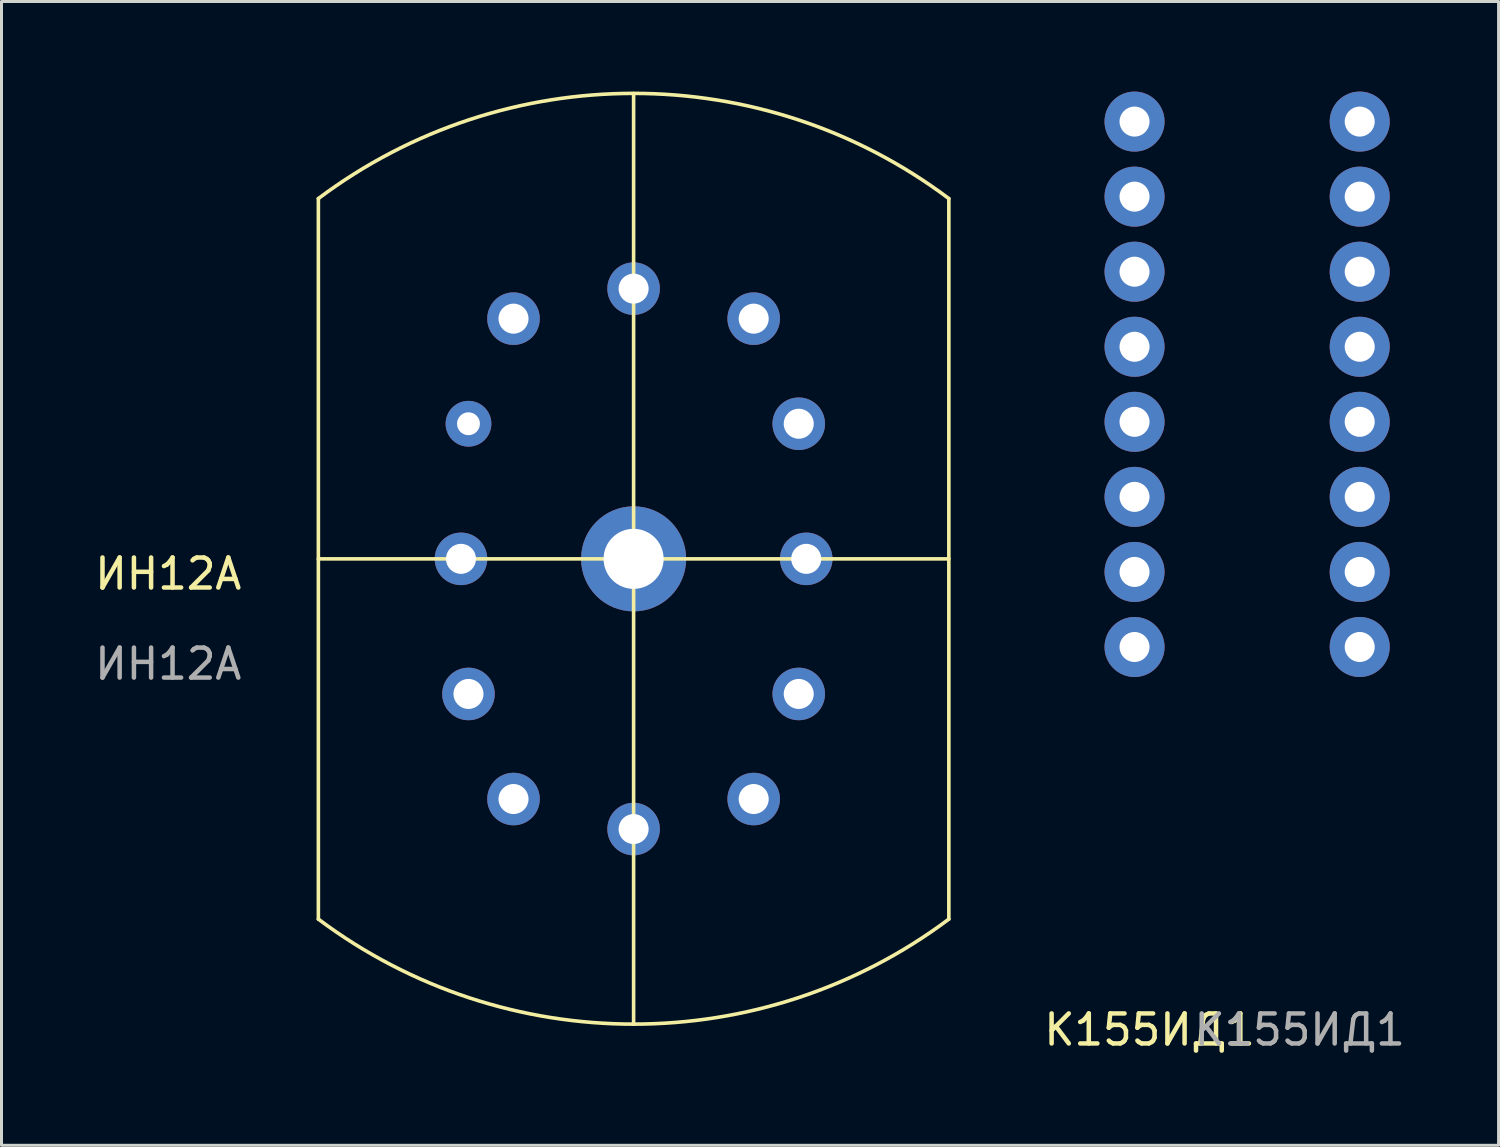
<source format=kicad_pcb>
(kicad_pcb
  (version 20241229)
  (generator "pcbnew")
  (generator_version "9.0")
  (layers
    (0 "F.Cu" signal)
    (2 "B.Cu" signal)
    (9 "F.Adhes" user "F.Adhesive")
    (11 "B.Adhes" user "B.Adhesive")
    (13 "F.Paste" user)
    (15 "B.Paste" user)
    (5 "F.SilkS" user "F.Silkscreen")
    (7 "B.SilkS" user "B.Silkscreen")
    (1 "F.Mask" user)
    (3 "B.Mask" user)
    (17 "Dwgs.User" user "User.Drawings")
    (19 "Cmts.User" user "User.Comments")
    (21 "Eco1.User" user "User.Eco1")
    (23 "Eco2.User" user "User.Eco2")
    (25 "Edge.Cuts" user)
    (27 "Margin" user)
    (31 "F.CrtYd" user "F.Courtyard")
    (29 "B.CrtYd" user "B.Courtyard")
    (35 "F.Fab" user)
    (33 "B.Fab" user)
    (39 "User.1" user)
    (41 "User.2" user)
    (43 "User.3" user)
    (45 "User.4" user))
  (footprint "К155ИД1"
    (layer "F.Cu")
    (at 37.239 28.5)
    (property "Reference" "К155ИД1" (at -2 2.75 0) (unlocked yes) (layer "F.SilkS") (effects (font (size 1 1) (thickness 0.15))))
    (attr through_hole)
    (fp_text user "${REFERENCE}" (at 3 2.75 0) (unlocked yes) (layer "F.Fab") (effects (font (size 1 1) (thickness 0.15))))
    (pad "1" thru_hole circle (at -2.5 -27.5) (size 2 2) (drill 1) (layers "*.Cu" "*.Mask"))
    (pad "2" thru_hole circle (at -2.5 -25) (size 2 2) (drill 1) (layers "*.Cu" "*.Mask"))
    (pad "3" thru_hole circle (at -2.5 -22.5) (size 2 2) (drill 1) (layers "*.Cu" "*.Mask"))
    (pad "4" thru_hole circle (at -2.5 -20) (size 2 2) (drill 1) (layers "*.Cu" "*.Mask"))
    (pad "5" thru_hole circle (at -2.5 -17.5) (size 2 2) (drill 1) (layers "*.Cu" "*.Mask"))
    (pad "6" thru_hole circle (at -2.5 -15) (size 2 2) (drill 1) (layers "*.Cu" "*.Mask"))
    (pad "7" thru_hole circle (at -2.5 -12.5) (size 2 2) (drill 1) (layers "*.Cu" "*.Mask"))
    (pad "8" thru_hole circle (at -2.5 -10) (size 2 2) (drill 1) (layers "*.Cu" "*.Mask"))
    (pad "9" thru_hole circle (at 5 -10) (size 2 2) (drill 1) (layers "*.Cu" "*.Mask"))
    (pad "10" thru_hole circle (at 5 -12.5) (size 2 2) (drill 1) (layers "*.Cu" "*.Mask"))
    (pad "11" thru_hole circle (at 5 -15) (size 2 2) (drill 1) (layers "*.Cu" "*.Mask"))
    (pad "12" thru_hole circle (at 5 -17.5) (size 2 2) (drill 1) (layers "*.Cu" "*.Mask"))
    (pad "13" thru_hole circle (at 5 -20) (size 2 2) (drill 1) (layers "*.Cu" "*.Mask"))
    (pad "14" thru_hole circle (at 5 -22.5) (size 2 2) (drill 1) (layers "*.Cu" "*.Mask"))
    (pad "15" thru_hole circle (at 5 -25) (size 2 2) (drill 1) (layers "*.Cu" "*.Mask"))
    (pad "16" thru_hole circle (at 5 -27.5) (size 2 2) (drill 1) (layers "*.Cu" "*.Mask")))
  (footprint "ИН12А"
    (layer "F.Cu")
    (at 18.054 15.564)
    (property "Reference" "ИН12А" (at -15.5 0.5 0) (unlocked yes) (layer "F.SilkS") (effects (font (size 1 1) (thickness 0.15))))
    (attr through_hole)
    (fp_line (start -10.5 0) (end 10.5 0) (stroke (width 0.12) (type solid)) (layer "F.SilkS"))
    (fp_line (start -10.5 -12) (end -10.5 12) (stroke (width 0.12) (type solid)) (layer "F.SilkS"))
    (fp_line (start 0 -15.5) (end 0 15.5) (stroke (width 0.12) (type solid)) (layer "F.SilkS"))
    (fp_line (start 10.5 -12) (end 10.5 12) (stroke (width 0.12) (type solid)) (layer "F.SilkS"))
    (fp_arc (start -10.499999 -12) (mid 0 -15.503697) (end 10.499999 -12) (stroke (width 0.12) (type solid)) (layer "F.SilkS"))
    (fp_arc (start 10.499999 12) (mid 0 15.497549) (end -10.499999 12) (stroke (width 0.12) (type solid)) (layer "F.SilkS"))
    (fp_text user "${REFERENCE}" (at -15.5 3.5 0) (unlocked yes) (layer "F.Fab") (effects (font (size 1 1) (thickness 0.15))))
    (pad "1" thru_hole circle (at 4 8) (size 1.75 1.75) (drill 1) (layers "*.Cu" "*.Mask"))
    (pad "2" thru_hole circle (at 5.5 4.5) (size 1.75 1.75) (drill 1) (layers "*.Cu" "*.Mask"))
    (pad "3" thru_hole circle (at 5.75 0) (size 1.75 1.75) (drill 1) (layers "*.Cu" "*.Mask"))
    (pad "4" thru_hole circle (at 5.5 -4.5) (size 1.75 1.75) (drill 1) (layers "*.Cu" "*.Mask"))
    (pad "5" thru_hole circle (at 4 -8) (size 1.75 1.75) (drill 1) (layers "*.Cu" "*.Mask"))
    (pad "6" thru_hole circle (at 0 -9) (size 1.75 1.75) (drill 1) (layers "*.Cu" "*.Mask"))
    (pad "7" thru_hole circle (at -4 -8) (size 1.75 1.75) (drill 1) (layers "*.Cu" "*.Mask"))
    (pad "8" thru_hole circle (at -5.5 -4.5) (size 1.524 1.524) (drill 0.762) (layers "*.Cu" "*.Mask"))
    (pad "9" thru_hole circle (at -5.75 0) (size 1.75 1.75) (drill 1) (layers "*.Cu" "*.Mask"))
    (pad "10" thru_hole circle (at -5.5 4.5) (size 1.75 1.75) (drill 1) (layers "*.Cu" "*.Mask"))
    (pad "11" thru_hole circle (at -4 8) (size 1.75 1.75) (drill 1) (layers "*.Cu" "*.Mask"))
    (pad "12" thru_hole circle (at 0 9) (size 1.75 1.75) (drill 1) (layers "*.Cu" "*.Mask"))
    (pad "13" thru_hole circle (at 0 0) (size 3.5 3.5) (drill 2) (layers "*.Cu" "*.Mask")))
  (gr_rect
    (start -3 -3)
    (end 46.864 35.098)
    (stroke (width 0.1) (type default))
    (fill no)
    (layer "Edge.Cuts")))
</source>
